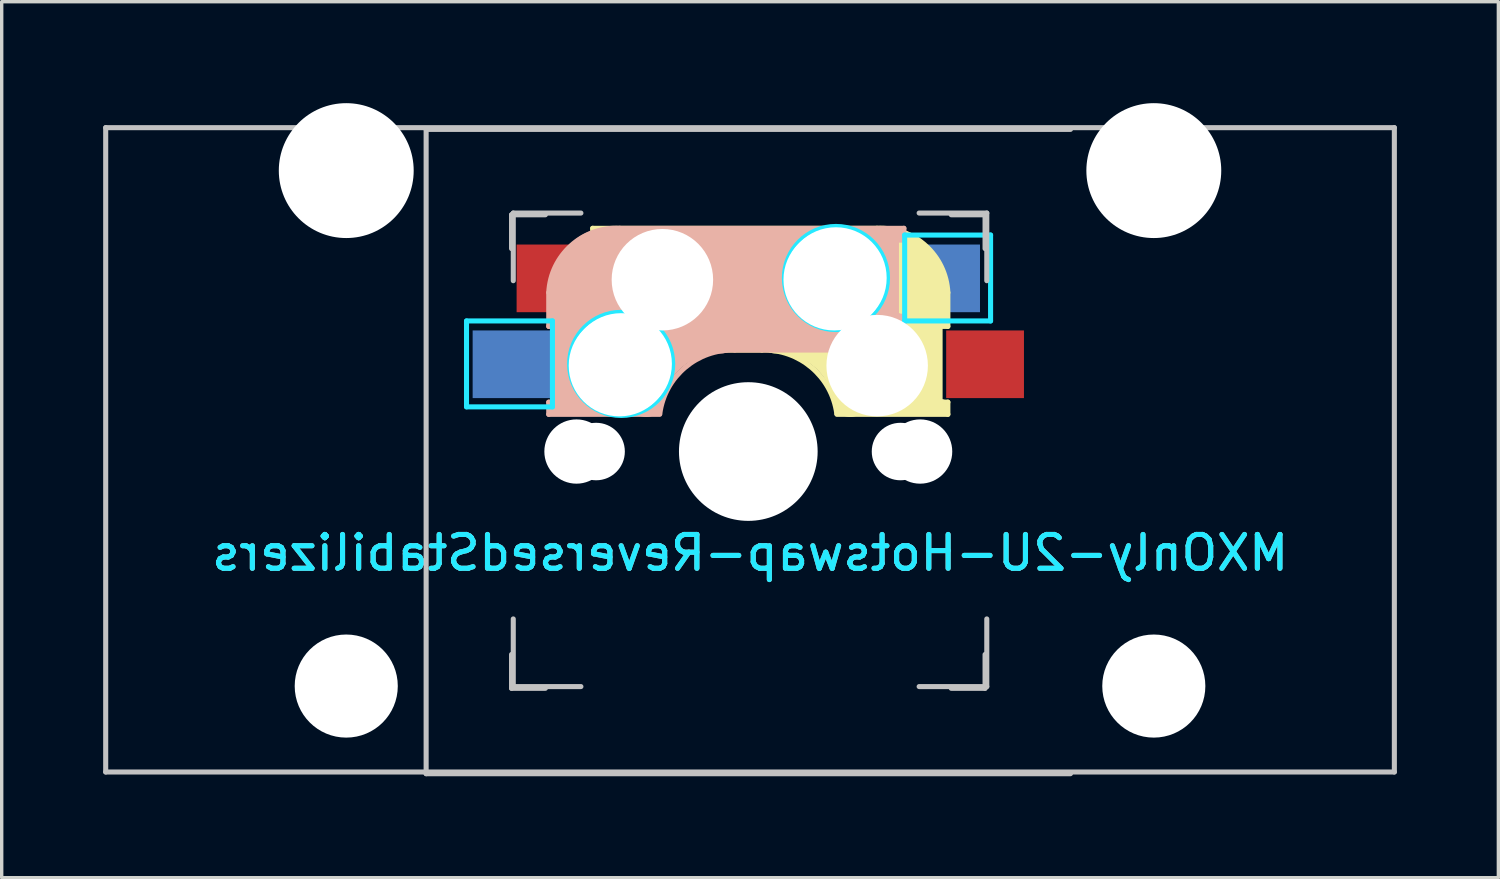
<source format=kicad_pcb>
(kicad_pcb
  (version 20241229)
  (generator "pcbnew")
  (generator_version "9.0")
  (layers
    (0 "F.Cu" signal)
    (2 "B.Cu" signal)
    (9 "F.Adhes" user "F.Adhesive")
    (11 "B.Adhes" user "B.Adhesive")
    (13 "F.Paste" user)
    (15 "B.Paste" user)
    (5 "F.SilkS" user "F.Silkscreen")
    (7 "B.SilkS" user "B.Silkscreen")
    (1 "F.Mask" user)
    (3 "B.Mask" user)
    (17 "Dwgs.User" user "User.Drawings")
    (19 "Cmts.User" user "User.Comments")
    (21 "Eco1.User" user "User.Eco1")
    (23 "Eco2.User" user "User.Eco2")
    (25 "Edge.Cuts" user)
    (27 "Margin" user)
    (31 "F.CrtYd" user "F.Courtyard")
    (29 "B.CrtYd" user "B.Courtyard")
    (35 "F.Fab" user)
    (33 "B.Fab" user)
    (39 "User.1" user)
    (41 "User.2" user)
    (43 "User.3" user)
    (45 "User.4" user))
  (footprint "MXOnly-2U-Hotswap-ReversedStabilizers"
    (layer "F.Cu")
    (at 19.125 10.249)
    (property "Reference" "MXOnly-2U-Hotswap-ReversedStabilizers" (at 0 3.048 0) (layer "B.CrtYd") (effects (font (size 1 1) (thickness 0.15)) (justify mirror)))
    (attr smd)
    (fp_line (start -4.651 -6.549) (end 3.749 -6.549) (stroke (width 0.15) (type solid)) (layer "F.SilkS"))
    (fp_line (start -4.651 -6.199) (end -4.651 -6.549) (stroke (width 0.15) (type solid)) (layer "F.SilkS"))
    (fp_line (start -4.651 -3.949) (end -4.451 -3.949) (stroke (width 0.15) (type solid)) (layer "F.SilkS"))
    (fp_line (start -4.651 -2.949) (end -4.651 -3.949) (stroke (width 0.15) (type solid)) (layer "F.SilkS"))
    (fp_line (start -4.451 -6.349) (end -3.051 -6.349) (stroke (width 0.4) (type solid)) (layer "F.SilkS"))
    (fp_line (start -4.451 -6.199) (end -4.651 -6.199) (stroke (width 0.15) (type solid)) (layer "F.SilkS"))
    (fp_line (start -4.451 -3.849) (end -4.451 -3.149) (stroke (width 0.4) (type solid)) (layer "F.SilkS"))
    (fp_line (start -4.431 -3.949) (end -4.431 -6.199) (stroke (width 0.15) (type solid)) (layer "F.SilkS"))
    (fp_line (start -4.351 -3.249) (end -2.951 -3.249) (stroke (width 0.5) (type solid)) (layer "F.SilkS"))
    (fp_line (start -3.951 -5.949) (end -3.951 -3.449) (stroke (width 1) (type solid)) (layer "F.SilkS"))
    (fp_line (start -2.651 -4.749) (end 4.049 -4.749) (stroke (width 3.5) (type solid)) (layer "F.SilkS"))
    (fp_line (start 0.349 -2.949) (end -4.651 -2.949) (stroke (width 0.15) (type solid)) (layer "F.SilkS"))
    (fp_line (start 4.119 -5.049) (end 4.119 -2.809) (stroke (width 3) (type solid)) (layer "F.SilkS"))
    (fp_line (start 5.249 -1.549) (end 5.249 -3.349) (stroke (width 0.8) (type solid)) (layer "F.SilkS"))
    (fp_line (start 5.619 -3.649) (end 5.619 -1.409) (stroke (width 0.15) (type solid)) (layer "F.SilkS"))
    (fp_line (start 5.649 -1.409) (end 5.849 -1.409) (stroke (width 0.15) (type solid)) (layer "F.SilkS"))
    (fp_line (start 5.649 -1.249) (end 2.949 -1.249) (stroke (width 0.5) (type solid)) (layer "F.SilkS"))
    (fp_line (start 5.749 -3.749) (end 5.749 -4.649) (stroke (width 0.3) (type solid)) (layer "F.SilkS"))
    (fp_line (start 5.849 -4.649) (end 5.849 -3.649) (stroke (width 0.15) (type solid)) (layer "F.SilkS"))
    (fp_line (start 5.849 -3.649) (end 5.649 -3.649) (stroke (width 0.15) (type solid)) (layer "F.SilkS"))
    (fp_line (start 5.849 -1.049) (end 2.569 -1.049) (stroke (width 0.15) (type solid)) (layer "F.SilkS"))
    (fp_line (start 5.849 -1.049) (end 5.849 -1.409) (stroke (width 0.15) (type solid)) (layer "F.SilkS"))
    (fp_arc (start 0.3492 -2.9492) (mid 1.817909 -2.435318) (end 2.565518 -1.070671) (stroke (width 0.15) (type solid)) (layer "F.SilkS"))
    (fp_arc (start 0.7492 -3.3492) (mid 2.217909 -2.835318) (end 2.965518 -1.470671) (stroke (width 1) (type solid)) (layer "F.SilkS"))
    (fp_arc (start 3.7492 -6.549201) (mid 5.192704 -6.034125) (end 5.849201 -4.6492) (stroke (width 0.15) (type solid)) (layer "F.SilkS"))
    (fp_line (start -5.951 -4.649) (end -5.951 -3.649) (stroke (width 0.15) (type solid)) (layer "B.SilkS"))
    (fp_line (start -5.951 -3.649) (end -5.751 -3.649) (stroke (width 0.15) (type solid)) (layer "B.SilkS"))
    (fp_line (start -5.951 -1.049) (end -5.951 -1.409) (stroke (width 0.15) (type solid)) (layer "B.SilkS"))
    (fp_line (start -5.951 -1.049) (end -2.671 -1.049) (stroke (width 0.15) (type solid)) (layer "B.SilkS"))
    (fp_line (start -5.851 -3.749) (end -5.851 -4.649) (stroke (width 0.3) (type solid)) (layer "B.SilkS"))
    (fp_line (start -5.751 -1.409) (end -5.951 -1.409) (stroke (width 0.15) (type solid)) (layer "B.SilkS"))
    (fp_line (start -5.751 -1.249) (end -3.051 -1.249) (stroke (width 0.5) (type solid)) (layer "B.SilkS"))
    (fp_line (start -5.721 -3.649) (end -5.721 -1.409) (stroke (width 0.15) (type solid)) (layer "B.SilkS"))
    (fp_line (start -5.351 -1.549) (end -5.351 -3.349) (stroke (width 0.8) (type solid)) (layer "B.SilkS"))
    (fp_line (start -4.221 -5.049) (end -4.221 -2.809) (stroke (width 3) (type solid)) (layer "B.SilkS"))
    (fp_line (start -0.451 -2.949) (end 4.549 -2.949) (stroke (width 0.15) (type solid)) (layer "B.SilkS"))
    (fp_line (start 2.549 -4.749) (end -4.151 -4.749) (stroke (width 3.5) (type solid)) (layer "B.SilkS"))
    (fp_line (start 3.849 -5.949) (end 3.849 -3.449) (stroke (width 1) (type solid)) (layer "B.SilkS"))
    (fp_line (start 4.249 -3.249) (end 2.849 -3.249) (stroke (width 0.5) (type solid)) (layer "B.SilkS"))
    (fp_line (start 4.329 -3.949) (end 4.329 -6.199) (stroke (width 0.15) (type solid)) (layer "B.SilkS"))
    (fp_line (start 4.349 -6.349) (end 2.949 -6.349) (stroke (width 0.4) (type solid)) (layer "B.SilkS"))
    (fp_line (start 4.349 -6.199) (end 4.549 -6.199) (stroke (width 0.15) (type solid)) (layer "B.SilkS"))
    (fp_line (start 4.349 -3.849) (end 4.349 -3.149) (stroke (width 0.4) (type solid)) (layer "B.SilkS"))
    (fp_line (start 4.549 -6.549) (end -3.851 -6.549) (stroke (width 0.15) (type solid)) (layer "B.SilkS"))
    (fp_line (start 4.549 -6.199) (end 4.549 -6.549) (stroke (width 0.15) (type solid)) (layer "B.SilkS"))
    (fp_line (start 4.549 -3.949) (end 4.349 -3.949) (stroke (width 0.15) (type solid)) (layer "B.SilkS"))
    (fp_line (start 4.549 -2.949) (end 4.549 -3.949) (stroke (width 0.15) (type solid)) (layer "B.SilkS"))
    (fp_arc (start -5.9508 -4.649199) (mid -5.294304 -6.034124) (end -3.850801 -6.5492) (stroke (width 0.15) (type solid)) (layer "B.SilkS"))
    (fp_arc (start -3.067118 -1.470671) (mid -2.319509 -2.835318) (end -0.8508 -3.3492) (stroke (width 1) (type solid)) (layer "B.SilkS"))
    (fp_arc (start -2.667118 -1.070671) (mid -1.919509 -2.435318) (end -0.4508 -2.9492) (stroke (width 0.15) (type solid)) (layer "B.SilkS"))
    (fp_line (start -19.05 -9.525) (end 19.05 -9.525) (stroke (width 0.15) (type solid)) (layer "Dwgs.User"))
    (fp_line (start -19.05 9.525) (end -19.05 -9.525) (stroke (width 0.15) (type solid)) (layer "Dwgs.User"))
    (fp_line (start -9.576 -9.474) (end 9.474 -9.474) (stroke (width 0.15) (type solid)) (layer "Dwgs.User"))
    (fp_line (start -9.576 9.576) (end -9.576 -9.474) (stroke (width 0.15) (type solid)) (layer "Dwgs.User"))
    (fp_line (start -7.051 -6.949) (end -6.051 -6.949) (stroke (width 0.15) (type solid)) (layer "Dwgs.User"))
    (fp_line (start -7.051 -5.949) (end -7.051 -6.949) (stroke (width 0.15) (type solid)) (layer "Dwgs.User"))
    (fp_line (start -7.051 6.051) (end -7.051 7.051) (stroke (width 0.15) (type solid)) (layer "Dwgs.User"))
    (fp_line (start -7.051 7.051) (end -6.051 7.051) (stroke (width 0.15) (type solid)) (layer "Dwgs.User"))
    (fp_line (start -7 -7) (end -7 -5) (stroke (width 0.15) (type solid)) (layer "Dwgs.User"))
    (fp_line (start -7 5) (end -7 7) (stroke (width 0.15) (type solid)) (layer "Dwgs.User"))
    (fp_line (start -7 7) (end -5 7) (stroke (width 0.15) (type solid)) (layer "Dwgs.User"))
    (fp_line (start -5 -7) (end -7 -7) (stroke (width 0.15) (type solid)) (layer "Dwgs.User"))
    (fp_line (start 5 -7) (end 7 -7) (stroke (width 0.15) (type solid)) (layer "Dwgs.User"))
    (fp_line (start 5 7) (end 7 7) (stroke (width 0.15) (type solid)) (layer "Dwgs.User"))
    (fp_line (start 5.949 7.051) (end 6.949 7.051) (stroke (width 0.15) (type solid)) (layer "Dwgs.User"))
    (fp_line (start 6.949 -6.949) (end 5.949 -6.949) (stroke (width 0.15) (type solid)) (layer "Dwgs.User"))
    (fp_line (start 6.949 -6.949) (end 6.949 -5.949) (stroke (width 0.15) (type solid)) (layer "Dwgs.User"))
    (fp_line (start 6.949 7.051) (end 6.949 6.051) (stroke (width 0.15) (type solid)) (layer "Dwgs.User"))
    (fp_line (start 7 -7) (end 7 -5) (stroke (width 0.15) (type solid)) (layer "Dwgs.User"))
    (fp_line (start 7 7) (end 7 5) (stroke (width 0.15) (type solid)) (layer "Dwgs.User"))
    (fp_line (start 9.474 9.576) (end -9.576 9.576) (stroke (width 0.15) (type solid)) (layer "Dwgs.User"))
    (fp_line (start 19.05 -9.525) (end 19.05 9.525) (stroke (width 0.15) (type solid)) (layer "Dwgs.User"))
    (fp_line (start 19.05 9.525) (end -19.05 9.525) (stroke (width 0.15) (type solid)) (layer "Dwgs.User"))
    (fp_line (start -8.382 -3.81) (end -5.842 -3.81) (stroke (width 0.15) (type solid)) (layer "B.CrtYd"))
    (fp_line (start -8.382 -1.27) (end -8.382 -3.81) (stroke (width 0.15) (type solid)) (layer "B.CrtYd"))
    (fp_line (start -5.842 -3.81) (end -5.842 -1.27) (stroke (width 0.15) (type solid)) (layer "B.CrtYd"))
    (fp_line (start -5.842 -1.27) (end -8.382 -1.27) (stroke (width 0.15) (type solid)) (layer "B.CrtYd"))
    (fp_line (start 4.572 -6.35) (end 7.112 -6.35) (stroke (width 0.15) (type solid)) (layer "B.CrtYd"))
    (fp_line (start 4.572 -3.81) (end 4.572 -6.35) (stroke (width 0.15) (type solid)) (layer "B.CrtYd"))
    (fp_line (start 7.112 -6.35) (end 7.112 -3.81) (stroke (width 0.15) (type solid)) (layer "B.CrtYd"))
    (fp_line (start 7.112 -3.81) (end 4.572 -3.81) (stroke (width 0.15) (type solid)) (layer "B.CrtYd"))
    (fp_circle (center -3.81 -2.54) (end -3.81 -4.064) (stroke (width 0.15) (type solid)) (fill no) (layer "B.CrtYd"))
    (fp_circle (center 2.54 -5.08) (end 2.54 -6.604) (stroke (width 0.15) (type solid)) (fill no) (layer "B.CrtYd"))
    (fp_text user "${REFERENCE}" (at 0 3.048 0) (layer "B.SilkS") (effects (font (size 1 1) (thickness 0.15)) (justify mirror)))
    (pad "" np_thru_hole circle (at -11.938 -8.255) (size 3.988 3.988) (drill 3.988) (layers "*.Cu" "*.Mask"))
    (pad "" np_thru_hole circle (at -11.938 6.985) (size 3.048 3.048) (drill 3.048) (layers "*.Cu" "*.Mask"))
    (pad "" np_thru_hole circle (at -5.131 0.051) (size 1.9 1.9) (drill 1.9) (layers "*.Cu" "*.Mask"))
    (pad "" np_thru_hole circle (at -4.551 0.051) (size 1.7 1.7) (drill 1.7) (layers "*.Cu" "*.Mask"))
    (pad "" np_thru_hole circle (at -3.861 -2.489 180) (size 3 3) (drill 3) (layers "*.Cu" "*.Mask"))
    (pad "" np_thru_hole circle (at -3.81 -2.54) (size 3 3) (drill 3) (layers "*.Cu" "*.Mask"))
    (pad "" np_thru_hole circle (at -2.591 -5.029 180) (size 3 3) (drill 3) (layers "*.Cu" "*.Mask"))
    (pad "" np_thru_hole circle (at -0.051 0.051 90) (size 4.1 4.1) (drill 4.1) (layers "*.Cu" "*.Mask"))
    (pad "" np_thru_hole circle (at 2.489 -5.029 180) (size 3 3) (drill 3) (layers "*.Cu" "*.Mask"))
    (pad "" np_thru_hole circle (at 2.54 -5.08) (size 3 3) (drill 3) (layers "*.Cu" "*.Mask"))
    (pad "" np_thru_hole circle (at 3.759 -2.489 180) (size 3 3) (drill 3) (layers "*.Cu" "*.Mask"))
    (pad "" np_thru_hole circle (at 4.449 0.051) (size 1.7 1.7) (drill 1.7) (layers "*.Cu" "*.Mask"))
    (pad "" np_thru_hole circle (at 5.029 0.051) (size 1.9 1.9) (drill 1.9) (layers "*.Cu" "*.Mask"))
    (pad "" np_thru_hole circle (at 11.938 -8.255) (size 3.988 3.988) (drill 3.988) (layers "*.Cu" "*.Mask"))
    (pad "" np_thru_hole circle (at 11.938 6.985) (size 3.048 3.048) (drill 3.048) (layers "*.Cu" "*.Mask"))
    (pad "1" smd rect (at -7.051 -2.529 180) (size 2.3 2) (layers "B.Cu" "B.Mask" "B.Paste"))
    (pad "1" smd rect (at 6.949 -2.529 180) (size 2.3 2) (layers "F.Cu" "F.Mask" "F.Paste"))
    (pad "2" smd rect (at -5.751 -5.069 180) (size 2.3 2) (layers "F.Cu" "F.Mask" "F.Paste"))
    (pad "2" smd rect (at 5.649 -5.069 180) (size 2.3 2) (layers "B.Cu" "B.Mask" "B.Paste")))
  (gr_rect
    (start -3 -3)
    (end 41.25 22.9)
    (stroke (width 0.1) (type default))
    (fill no)
    (layer "Edge.Cuts")))
</source>
